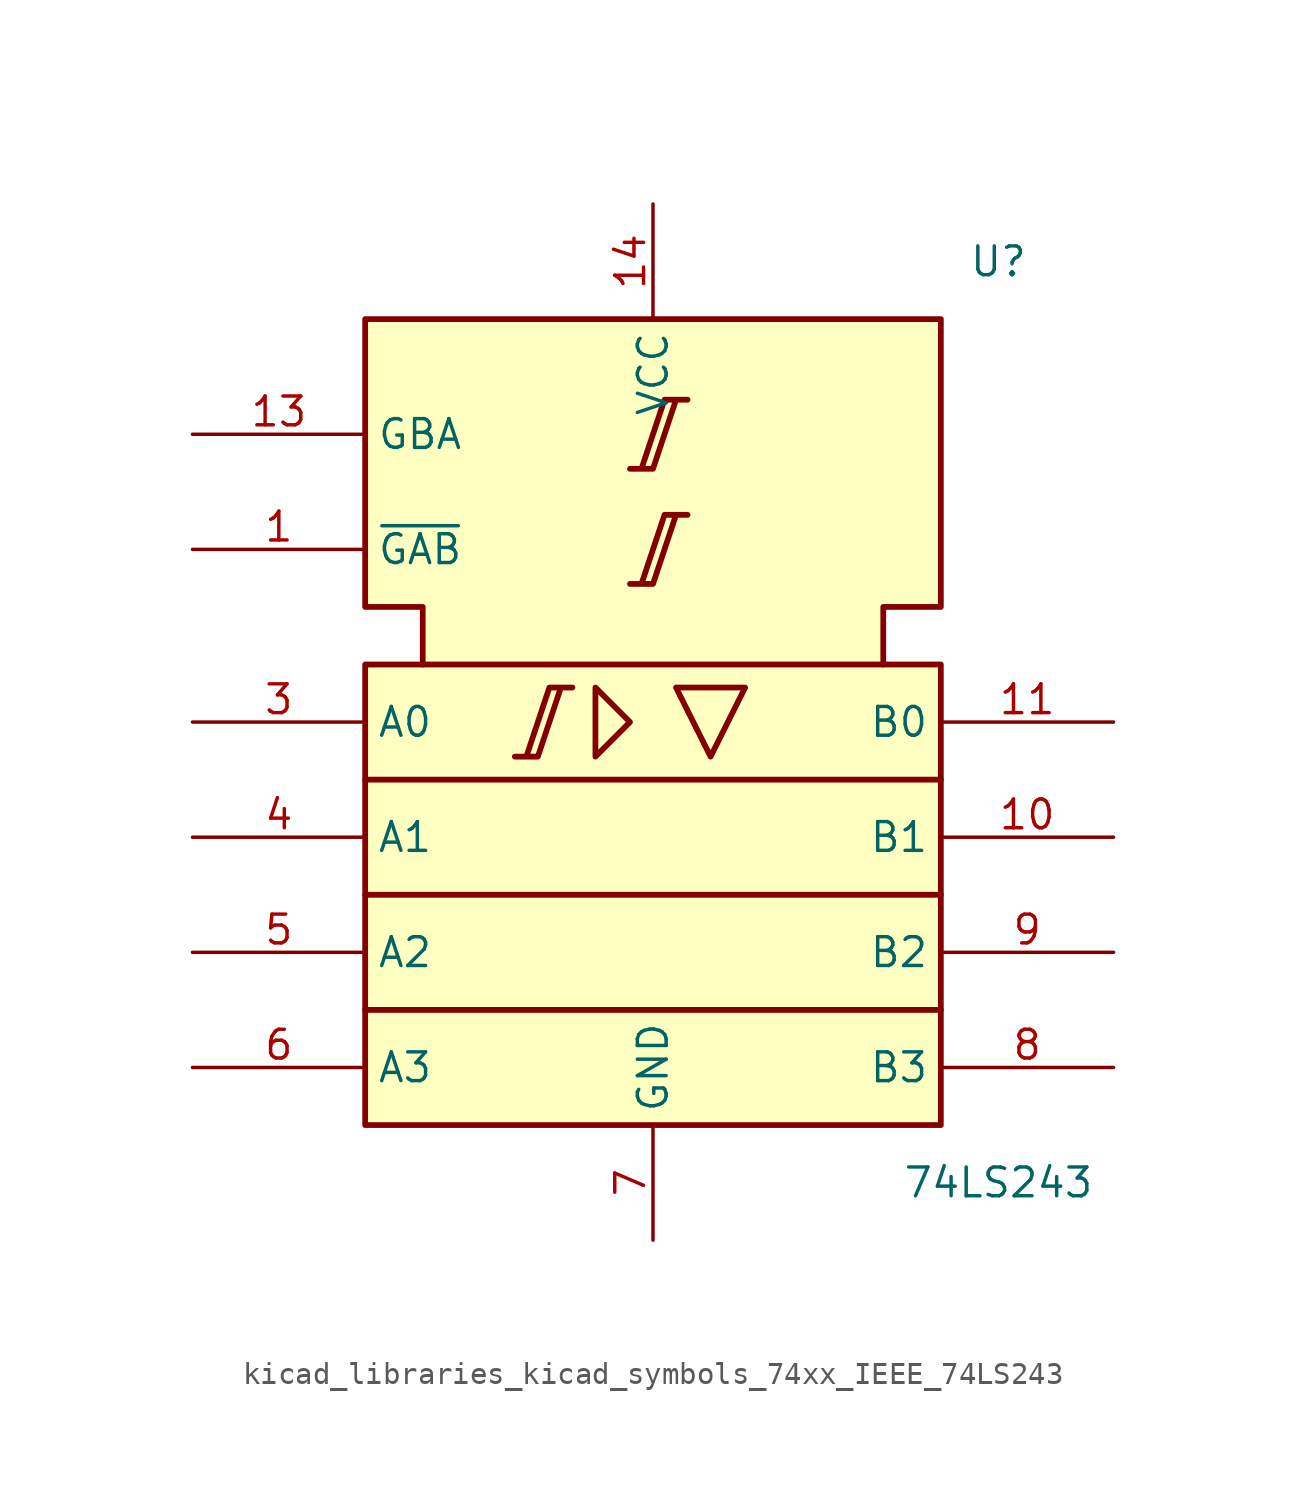
<source format=kicad_sym>
(kicad_symbol_lib
  (version 20220914)
  (generator kicad_symbol_editor)
  (symbol "kicad_libraries_kicad_symbols_74xx_IEEE_74LS243"
    (property "Reference" "U"
      (at 15.24 25.4 0)
      (effects (font (size 1.27 1.27))))
    (property "Value" "74LS243"
      (at 15.24 -15.24 0)
      (effects (font (size 1.27 1.27))))
    (symbol "kicad_libraries_kicad_symbols_74xx_IEEE_74LS243_0_0"
      (pin power_in line (at 0 27.94 270) (length 5.08) (name "VCC" (effects (font (size 1.27 1.27)))) (number "14" (effects (font (size 1.27 1.27)))))
      (pin power_in line (at 0 -17.78 90) (length 5.08) (name "GND" (effects (font (size 1.27 1.27)))) (number "7" (effects (font (size 1.27 1.27))))))
    (symbol "kicad_libraries_kicad_symbols_74xx_IEEE_74LS243_0_1"
      (rectangle (start -12.7 7.62) (end 12.7 -12.7) (stroke (width 0.254) (type default)) (fill (type background)))
      (polyline (pts (xy -12.7 -7.62) (xy 12.7 -7.62) (xy 12.7 -7.62)) (stroke (width 0.254) (type default)) (fill (type background)))
      (polyline (pts (xy -12.7 -2.54) (xy 12.7 -2.54) (xy 12.7 -2.54)) (stroke (width 0.254) (type default)) (fill (type background)))
      (polyline (pts (xy -12.7 2.54) (xy 12.7 2.54) (xy 12.7 2.54)) (stroke (width 0.254) (type default)) (fill (type background)))
      (polyline (pts (xy -2.54 6.604) (xy -2.54 3.556) (xy -1.016 5.08) (xy -2.54 6.604) (xy -2.54 6.604)) (stroke (width 0.254) (type default)) (fill (type background)))
      (polyline (pts (xy 1.016 6.604) (xy 4.064 6.604) (xy 2.54 3.556) (xy 1.016 6.604) (xy 1.016 6.604)) (stroke (width 0.254) (type default)) (fill (type background)))
      (polyline (pts (xy -6.096 3.556) (xy -5.08 3.556) (xy -4.064 6.604) (xy -3.556 6.604) (xy -4.572 6.604) (xy -5.588 3.556) (xy -5.588 3.556)) (stroke (width 0.254) (type default)) (fill (type background)))
      (polyline (pts (xy -1.016 11.176) (xy 0 11.176) (xy 1.016 14.224) (xy 1.524 14.224) (xy 0.508 14.224) (xy -0.508 11.176) (xy -0.508 11.176)) (stroke (width 0.254) (type default)) (fill (type background)))
      (polyline (pts (xy -1.016 16.256) (xy 0 16.256) (xy 1.016 19.304) (xy 1.524 19.304) (xy 0.508 19.304) (xy -0.508 16.256) (xy -0.508 16.256)) (stroke (width 0.254) (type default)) (fill (type background)))
      (polyline (pts (xy -10.16 7.62) (xy -10.16 10.16) (xy -12.7 10.16) (xy -12.7 22.86) (xy 12.7 22.86) (xy 12.7 10.16) (xy 10.16 10.16) (xy 10.16 7.62) (xy 10.16 7.62)) (stroke (width 0.254) (type default)) (fill (type background))))
    (symbol "kicad_libraries_kicad_symbols_74xx_IEEE_74LS243_1_1"
      (pin input line (at -20.32 12.7 0) (length 7.62) (name "~{GAB}" (effects (font (size 1.27 1.27)))) (number "1" (effects (font (size 1.27 1.27)))))
      (pin tri_state line (at 20.32 0 180) (length 7.62) (name "B1" (effects (font (size 1.27 1.27)))) (number "10" (effects (font (size 1.27 1.27)))))
      (pin tri_state line (at 20.32 5.08 180) (length 7.62) (name "B0" (effects (font (size 1.27 1.27)))) (number "11" (effects (font (size 1.27 1.27)))))
      (pin input line (at -20.32 17.78 0) (length 7.62) (name "GBA" (effects (font (size 1.27 1.27)))) (number "13" (effects (font (size 1.27 1.27)))))
      (pin input line (at -20.32 5.08 0) (length 7.62) (name "A0" (effects (font (size 1.27 1.27)))) (number "3" (effects (font (size 1.27 1.27)))))
      (pin input line (at -20.32 0 0) (length 7.62) (name "A1" (effects (font (size 1.27 1.27)))) (number "4" (effects (font (size 1.27 1.27)))))
      (pin input line (at -20.32 -5.08 0) (length 7.62) (name "A2" (effects (font (size 1.27 1.27)))) (number "5" (effects (font (size 1.27 1.27)))))
      (pin input line (at -20.32 -10.16 0) (length 7.62) (name "A3" (effects (font (size 1.27 1.27)))) (number "6" (effects (font (size 1.27 1.27)))))
      (pin tri_state line (at 20.32 -10.16 180) (length 7.62) (name "B3" (effects (font (size 1.27 1.27)))) (number "8" (effects (font (size 1.27 1.27)))))
      (pin tri_state line (at 20.32 -5.08 180) (length 7.62) (name "B2" (effects (font (size 1.27 1.27)))) (number "9" (effects (font (size 1.27 1.27))))))))
</source>
